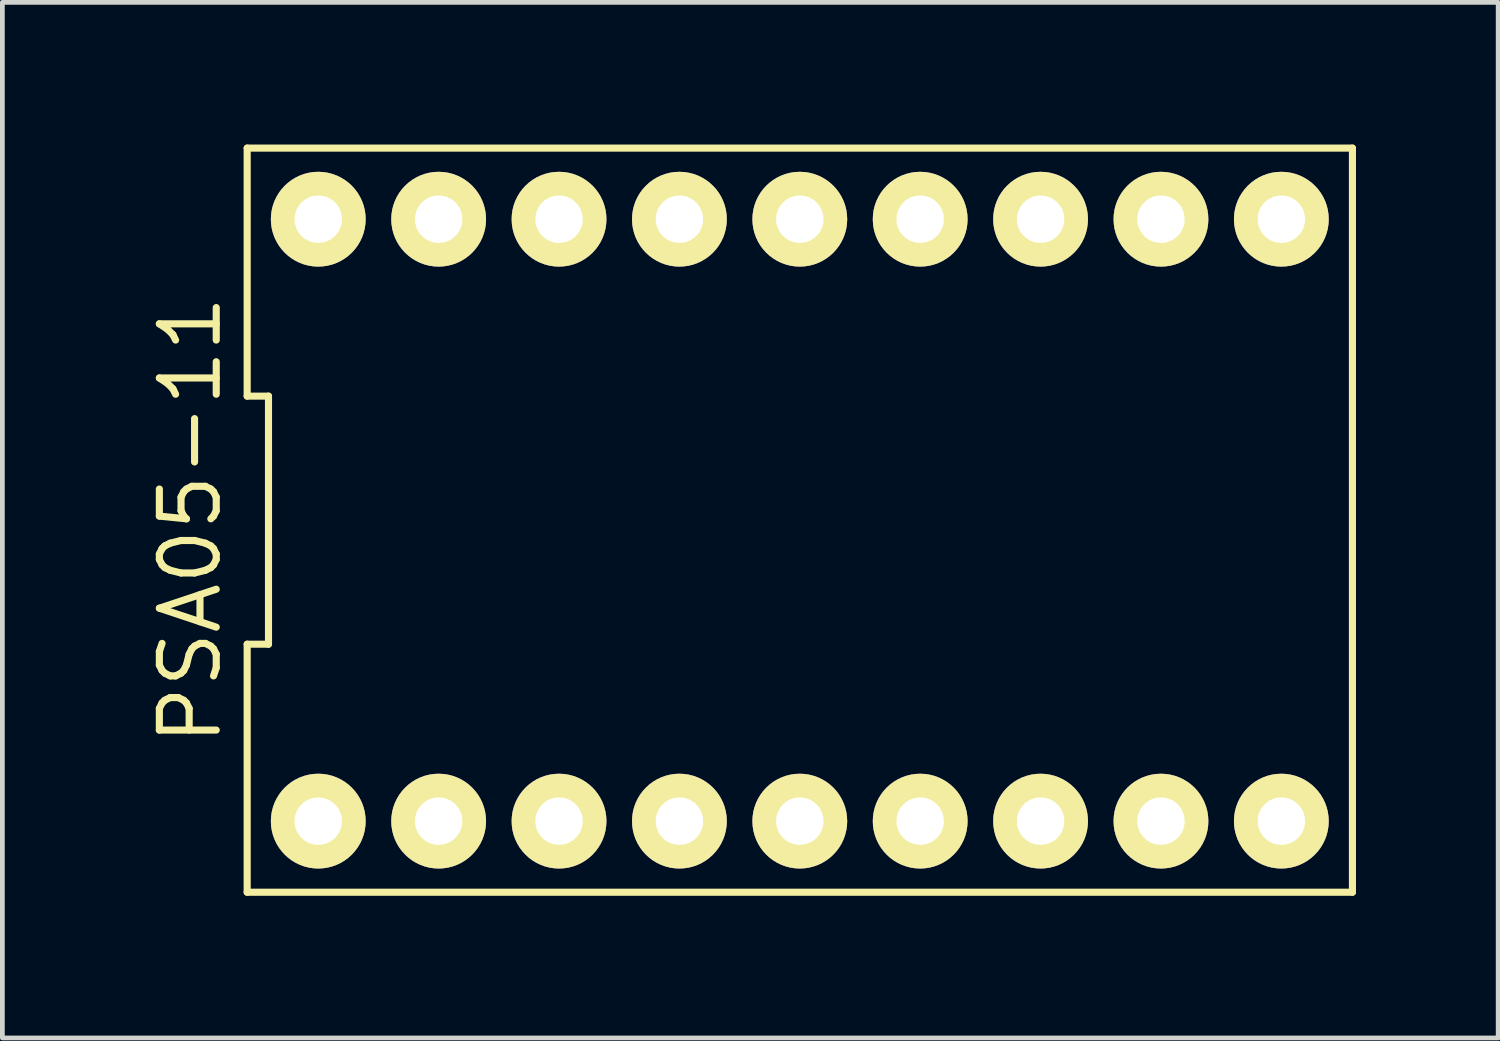
<source format=kicad_pcb>
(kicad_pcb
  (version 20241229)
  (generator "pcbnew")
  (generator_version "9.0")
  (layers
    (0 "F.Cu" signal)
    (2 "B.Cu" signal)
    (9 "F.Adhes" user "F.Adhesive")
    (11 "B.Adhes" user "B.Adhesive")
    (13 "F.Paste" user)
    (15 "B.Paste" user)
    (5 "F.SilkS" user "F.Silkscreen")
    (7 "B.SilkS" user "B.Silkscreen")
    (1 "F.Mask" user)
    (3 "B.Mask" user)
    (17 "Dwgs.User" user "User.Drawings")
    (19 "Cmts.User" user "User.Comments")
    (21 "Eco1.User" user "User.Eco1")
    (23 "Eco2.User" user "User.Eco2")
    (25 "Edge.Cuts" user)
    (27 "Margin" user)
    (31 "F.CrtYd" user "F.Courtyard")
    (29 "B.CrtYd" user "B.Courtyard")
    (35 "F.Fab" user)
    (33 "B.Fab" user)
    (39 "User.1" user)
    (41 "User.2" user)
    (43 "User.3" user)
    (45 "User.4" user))
  (footprint "PSA05-11"
    (layer "F.Cu")
    (at 13.825 7.925)
    (property "Reference" "PSA05-11" (at -12.86 0 90) (layer "F.SilkS") (effects (font (size 1.2 1.2) (thickness 0.15))))
    (attr through_hole)
    (fp_line (start -11.66 -7.85) (end -11.66 -2.617) (stroke (width 0.15) (type solid)) (layer "F.SilkS"))
    (fp_line (start -11.66 -2.617) (end -11.21 -2.617) (stroke (width 0.15) (type solid)) (layer "F.SilkS"))
    (fp_line (start -11.66 2.617) (end -11.66 7.85) (stroke (width 0.15) (type solid)) (layer "F.SilkS"))
    (fp_line (start -11.66 7.85) (end 11.66 7.85) (stroke (width 0.15) (type solid)) (layer "F.SilkS"))
    (fp_line (start -11.21 -2.617) (end -11.21 2.617) (stroke (width 0.15) (type solid)) (layer "F.SilkS"))
    (fp_line (start -11.21 2.617) (end -11.66 2.617) (stroke (width 0.15) (type solid)) (layer "F.SilkS"))
    (fp_line (start 11.66 -7.85) (end -11.66 -7.85) (stroke (width 0.15) (type solid)) (layer "F.SilkS"))
    (fp_line (start 11.66 7.85) (end 11.66 -7.85) (stroke (width 0.15) (type solid)) (layer "F.SilkS"))
    (pad "1" thru_hole circle (at -10.16 6.35) (size 2 2) (drill 1) (layers "*.Cu" "*.Mask" "F.SilkS"))
    (pad "2" thru_hole circle (at -7.62 6.35) (size 2 2) (drill 1) (layers "*.Cu" "*.Mask" "F.SilkS"))
    (pad "3" thru_hole circle (at -5.08 6.35) (size 2 2) (drill 1) (layers "*.Cu" "*.Mask" "F.SilkS"))
    (pad "4" thru_hole circle (at -2.54 6.35) (size 2 2) (drill 1) (layers "*.Cu" "*.Mask" "F.SilkS"))
    (pad "5" thru_hole circle (at 0 6.35) (size 2 2) (drill 1) (layers "*.Cu" "*.Mask" "F.SilkS"))
    (pad "6" thru_hole circle (at 2.54 6.35) (size 2 2) (drill 1) (layers "*.Cu" "*.Mask" "F.SilkS"))
    (pad "7" thru_hole circle (at 5.08 6.35) (size 2 2) (drill 1) (layers "*.Cu" "*.Mask" "F.SilkS"))
    (pad "8" thru_hole circle (at 7.62 6.35) (size 2 2) (drill 1) (layers "*.Cu" "*.Mask" "F.SilkS"))
    (pad "9" thru_hole circle (at 10.16 6.35) (size 2 2) (drill 1) (layers "*.Cu" "*.Mask" "F.SilkS"))
    (pad "10" thru_hole circle (at 10.16 -6.35) (size 2 2) (drill 1) (layers "*.Cu" "*.Mask" "F.SilkS"))
    (pad "11" thru_hole circle (at 7.62 -6.35) (size 2 2) (drill 1) (layers "*.Cu" "*.Mask" "F.SilkS"))
    (pad "12" thru_hole circle (at 5.08 -6.35) (size 2 2) (drill 1) (layers "*.Cu" "*.Mask" "F.SilkS"))
    (pad "13" thru_hole circle (at 2.54 -6.35) (size 2 2) (drill 1) (layers "*.Cu" "*.Mask" "F.SilkS"))
    (pad "14" thru_hole circle (at 0 -6.35) (size 2 2) (drill 1) (layers "*.Cu" "*.Mask" "F.SilkS"))
    (pad "15" thru_hole circle (at -2.54 -6.35) (size 2 2) (drill 1) (layers "*.Cu" "*.Mask" "F.SilkS"))
    (pad "16" thru_hole circle (at -5.08 -6.35) (size 2 2) (drill 1) (layers "*.Cu" "*.Mask" "F.SilkS"))
    (pad "17" thru_hole circle (at -7.62 -6.35) (size 2 2) (drill 1) (layers "*.Cu" "*.Mask" "F.SilkS"))
    (pad "18" thru_hole circle (at -10.16 -6.35) (size 2 2) (drill 1) (layers "*.Cu" "*.Mask" "F.SilkS")))
  (gr_rect
    (start -3 -3)
    (end 28.56 18.85)
    (stroke (width 0.1) (type default))
    (fill no)
    (layer "Edge.Cuts")))
</source>
